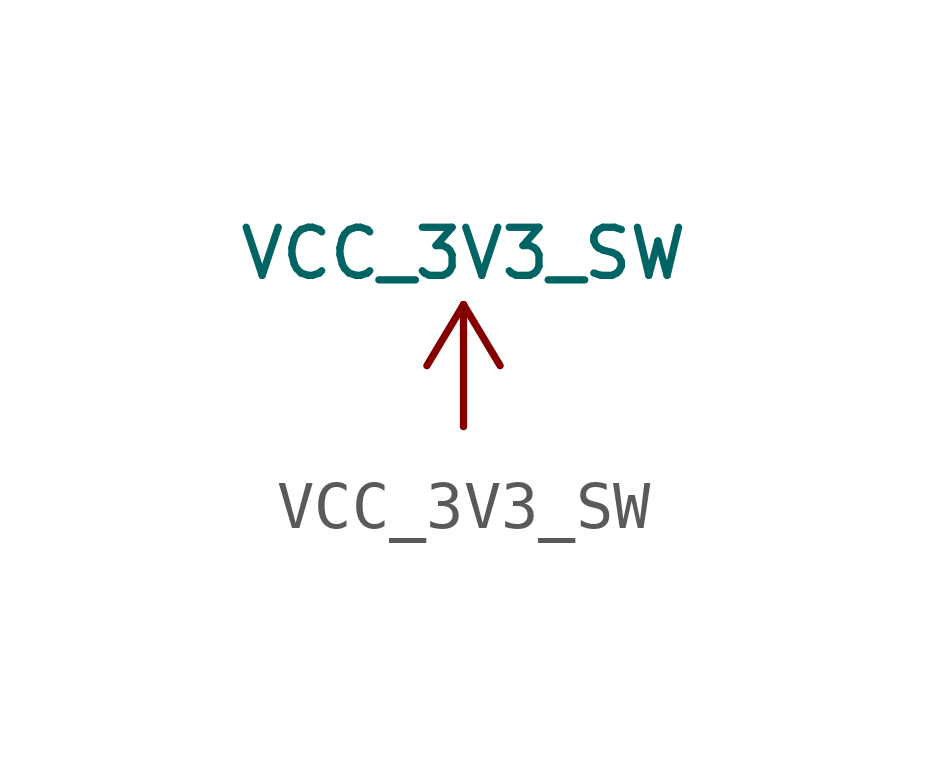
<source format=kicad_sym>
(kicad_symbol_lib
  (version 20241209)
  (generator "kicad_symbol_editor")
  (generator_version "9.0")
  (symbol "VCC_3V3_SW"
    (power)
    (pin_names
      (offset 0))
    (property "Reference" "#PWR?"
      (at 0 -3.81 0)
      (effects (font (size 1.27 1.27)) (hide yes)))
    (property "Value" "VCC_3V3_SW"
      (at 0 3.605 0)
      (effects (font (size 1 1))))
    (symbol "VCC_3V3_SW_0_1"
      (polyline (pts (xy -0.762 1.27) (xy 0 2.54)) (stroke (width 0) (type default)) (fill (type none)))
      (polyline (pts (xy 0 2.54) (xy 0.762 1.27)) (stroke (width 0) (type default)) (fill (type none)))
      (polyline (pts (xy 0 0) (xy 0 2.54)) (stroke (width 0) (type default)) (fill (type none))))
    (symbol "VCC_3V3_SW_1_1"
      (pin power_in line (at 0 0 90) (length 0) (hide yes) (name "VCC_3V3_SW" (effects (font (size 1.27 1.27)))) (number "1" (effects (font (size 1.27 1.27))))))))
</source>
